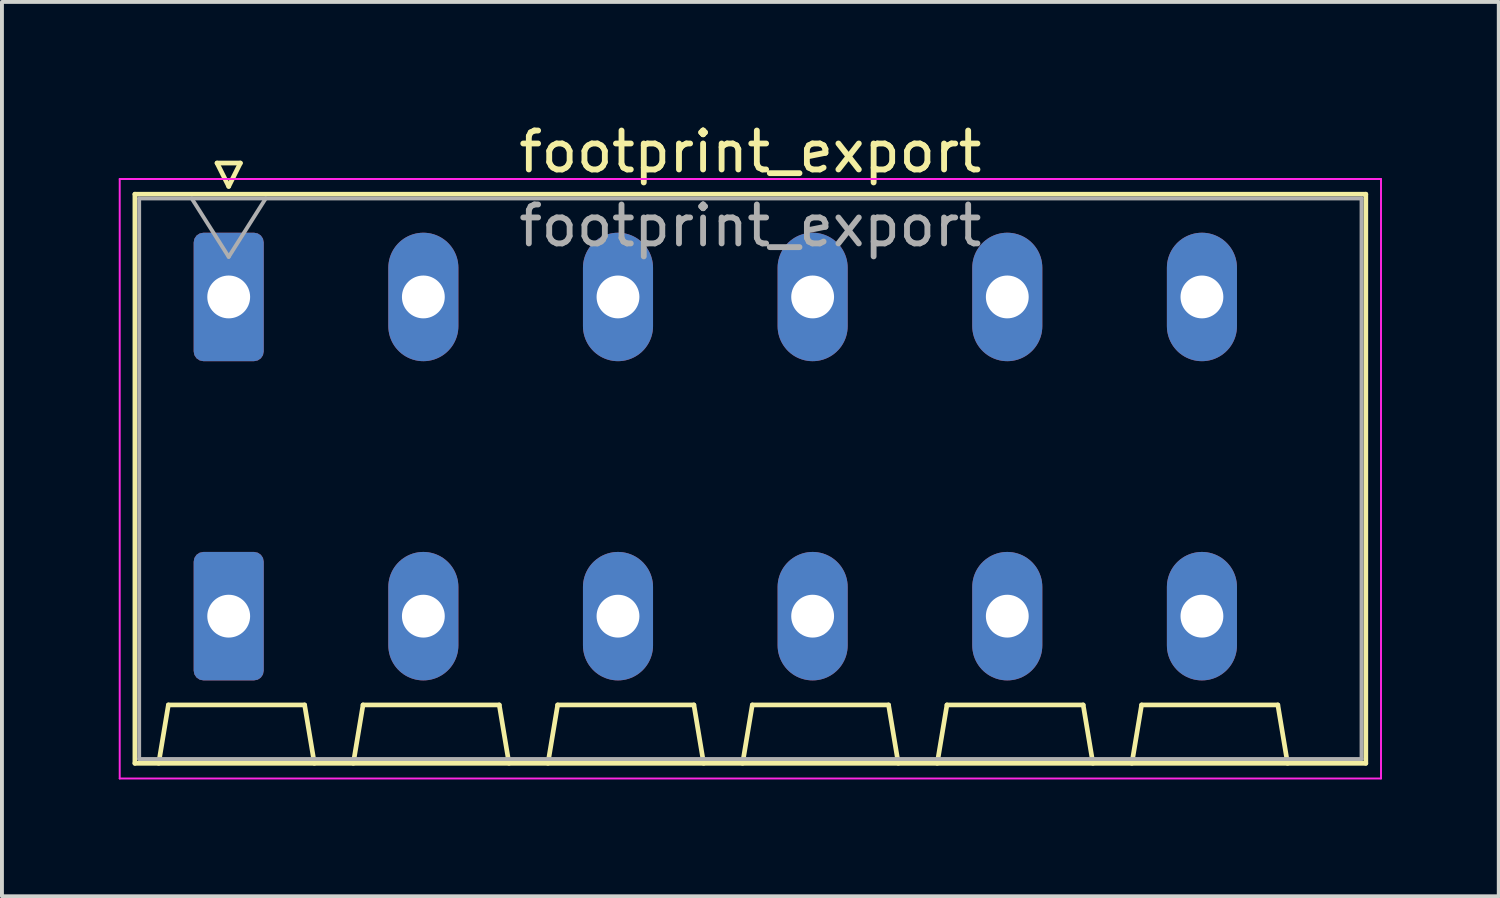
<source format=kicad_pcb>
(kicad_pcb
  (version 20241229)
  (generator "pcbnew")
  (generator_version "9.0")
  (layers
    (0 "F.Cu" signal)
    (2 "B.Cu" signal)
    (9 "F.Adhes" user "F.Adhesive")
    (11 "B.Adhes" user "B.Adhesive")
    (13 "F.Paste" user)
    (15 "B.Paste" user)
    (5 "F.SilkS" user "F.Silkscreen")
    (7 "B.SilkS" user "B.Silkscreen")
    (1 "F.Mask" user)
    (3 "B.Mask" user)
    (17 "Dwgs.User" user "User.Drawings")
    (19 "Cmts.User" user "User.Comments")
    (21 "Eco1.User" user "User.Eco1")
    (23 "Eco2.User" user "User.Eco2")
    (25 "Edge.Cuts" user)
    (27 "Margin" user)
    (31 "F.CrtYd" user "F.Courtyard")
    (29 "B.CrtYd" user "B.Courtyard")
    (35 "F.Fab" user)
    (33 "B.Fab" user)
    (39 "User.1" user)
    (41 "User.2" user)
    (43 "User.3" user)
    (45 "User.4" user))
  (footprint "footprint_export"
    (layer "F.Cu")
    (at 2.825 4.578)
    (property "Reference" "footprint_export" (at 13.4 -3.73 0) (layer "F.SilkS") (effects (font (size 1 1) (thickness 0.15))))
    (attr through_hole)
    (fp_line (start -2.41 -2.64) (end 29.21 -2.64) (stroke (width 0.12) (type solid)) (layer "F.SilkS"))
    (fp_line (start -2.41 11.98) (end -2.41 -2.64) (stroke (width 0.12) (type solid)) (layer "F.SilkS"))
    (fp_line (start -1.8 11.98) (end -1.55 10.48) (stroke (width 0.12) (type solid)) (layer "F.SilkS"))
    (fp_line (start -1.55 10.48) (end 1.95 10.48) (stroke (width 0.12) (type solid)) (layer "F.SilkS"))
    (fp_line (start -0.3 -3.44) (end 0 -2.84) (stroke (width 0.12) (type solid)) (layer "F.SilkS"))
    (fp_line (start -0.3 -3.44) (end 0.3 -3.44) (stroke (width 0.12) (type solid)) (layer "F.SilkS"))
    (fp_line (start 0.3 -3.44) (end 0 -2.84) (stroke (width 0.12) (type solid)) (layer "F.SilkS"))
    (fp_line (start 2.2 11.98) (end 1.95 10.48) (stroke (width 0.12) (type solid)) (layer "F.SilkS"))
    (fp_line (start 3.2 11.98) (end 3.45 10.48) (stroke (width 0.12) (type solid)) (layer "F.SilkS"))
    (fp_line (start 3.45 10.48) (end 6.95 10.48) (stroke (width 0.12) (type solid)) (layer "F.SilkS"))
    (fp_line (start 7.2 11.98) (end 6.95 10.48) (stroke (width 0.12) (type solid)) (layer "F.SilkS"))
    (fp_line (start 8.2 11.98) (end 8.45 10.48) (stroke (width 0.12) (type solid)) (layer "F.SilkS"))
    (fp_line (start 8.45 10.48) (end 11.95 10.48) (stroke (width 0.12) (type solid)) (layer "F.SilkS"))
    (fp_line (start 12.2 11.98) (end 11.95 10.48) (stroke (width 0.12) (type solid)) (layer "F.SilkS"))
    (fp_line (start 13.2 11.98) (end 13.45 10.48) (stroke (width 0.12) (type solid)) (layer "F.SilkS"))
    (fp_line (start 13.45 10.48) (end 16.95 10.48) (stroke (width 0.12) (type solid)) (layer "F.SilkS"))
    (fp_line (start 17.2 11.98) (end 16.95 10.48) (stroke (width 0.12) (type solid)) (layer "F.SilkS"))
    (fp_line (start 18.2 11.98) (end 18.45 10.48) (stroke (width 0.12) (type solid)) (layer "F.SilkS"))
    (fp_line (start 18.45 10.48) (end 21.95 10.48) (stroke (width 0.12) (type solid)) (layer "F.SilkS"))
    (fp_line (start 22.2 11.98) (end 21.95 10.48) (stroke (width 0.12) (type solid)) (layer "F.SilkS"))
    (fp_line (start 23.2 11.98) (end 23.45 10.48) (stroke (width 0.12) (type solid)) (layer "F.SilkS"))
    (fp_line (start 23.45 10.48) (end 26.95 10.48) (stroke (width 0.12) (type solid)) (layer "F.SilkS"))
    (fp_line (start 27.2 11.98) (end 26.95 10.48) (stroke (width 0.12) (type solid)) (layer "F.SilkS"))
    (fp_line (start 29.21 -2.64) (end 29.21 11.98) (stroke (width 0.12) (type solid)) (layer "F.SilkS"))
    (fp_line (start 29.21 11.98) (end -2.41 11.98) (stroke (width 0.12) (type solid)) (layer "F.SilkS"))
    (fp_line (start -2.8 -3.03) (end -2.8 12.37) (stroke (width 0.05) (type solid)) (layer "F.CrtYd"))
    (fp_line (start -2.8 12.37) (end 29.6 12.37) (stroke (width 0.05) (type solid)) (layer "F.CrtYd"))
    (fp_line (start 29.6 -3.03) (end -2.8 -3.03) (stroke (width 0.05) (type solid)) (layer "F.CrtYd"))
    (fp_line (start 29.6 12.37) (end 29.6 -3.03) (stroke (width 0.05) (type solid)) (layer "F.CrtYd"))
    (fp_line (start -2.3 -2.53) (end -2.3 11.87) (stroke (width 0.1) (type solid)) (layer "F.Fab"))
    (fp_line (start -2.3 11.87) (end 29.1 11.87) (stroke (width 0.1) (type solid)) (layer "F.Fab"))
    (fp_line (start -0.95 -2.53) (end 0 -1.03) (stroke (width 0.1) (type solid)) (layer "F.Fab"))
    (fp_line (start 0.95 -2.53) (end 0 -1.03) (stroke (width 0.1) (type solid)) (layer "F.Fab"))
    (fp_line (start 29.1 -2.53) (end -2.3 -2.53) (stroke (width 0.1) (type solid)) (layer "F.Fab"))
    (fp_line (start 29.1 11.87) (end 29.1 -2.53) (stroke (width 0.1) (type solid)) (layer "F.Fab"))
    (fp_text user "${REFERENCE}" (at 13.4 -1.83 0) (layer "F.Fab") (effects (font (size 1 1) (thickness 0.15))))
    (pad "1" thru_hole roundrect (at 0 0) (size 1.8 3.3) (drill 1.1) (layers "*.Cu" "*.Mask") (roundrect_rratio 0.139))
    (pad "1" thru_hole roundrect (at 0 8.2) (size 1.8 3.3) (drill 1.1) (layers "*.Cu" "*.Mask") (roundrect_rratio 0.139))
    (pad "2" thru_hole oval (at 5 0) (size 1.8 3.3) (drill 1.1) (layers "*.Cu" "*.Mask"))
    (pad "2" thru_hole oval (at 5 8.2) (size 1.8 3.3) (drill 1.1) (layers "*.Cu" "*.Mask"))
    (pad "3" thru_hole oval (at 10 0) (size 1.8 3.3) (drill 1.1) (layers "*.Cu" "*.Mask"))
    (pad "3" thru_hole oval (at 10 8.2) (size 1.8 3.3) (drill 1.1) (layers "*.Cu" "*.Mask"))
    (pad "4" thru_hole oval (at 15 0) (size 1.8 3.3) (drill 1.1) (layers "*.Cu" "*.Mask"))
    (pad "4" thru_hole oval (at 15 8.2) (size 1.8 3.3) (drill 1.1) (layers "*.Cu" "*.Mask"))
    (pad "5" thru_hole oval (at 20 0) (size 1.8 3.3) (drill 1.1) (layers "*.Cu" "*.Mask"))
    (pad "5" thru_hole oval (at 20 8.2) (size 1.8 3.3) (drill 1.1) (layers "*.Cu" "*.Mask"))
    (pad "6" thru_hole oval (at 25 0) (size 1.8 3.3) (drill 1.1) (layers "*.Cu" "*.Mask"))
    (pad "6" thru_hole oval (at 25 8.2) (size 1.8 3.3) (drill 1.1) (layers "*.Cu" "*.Mask")))
  (gr_rect
    (start -3 -3)
    (end 35.45 19.973)
    (stroke (width 0.1) (type default))
    (fill no)
    (layer "Edge.Cuts")))
</source>
